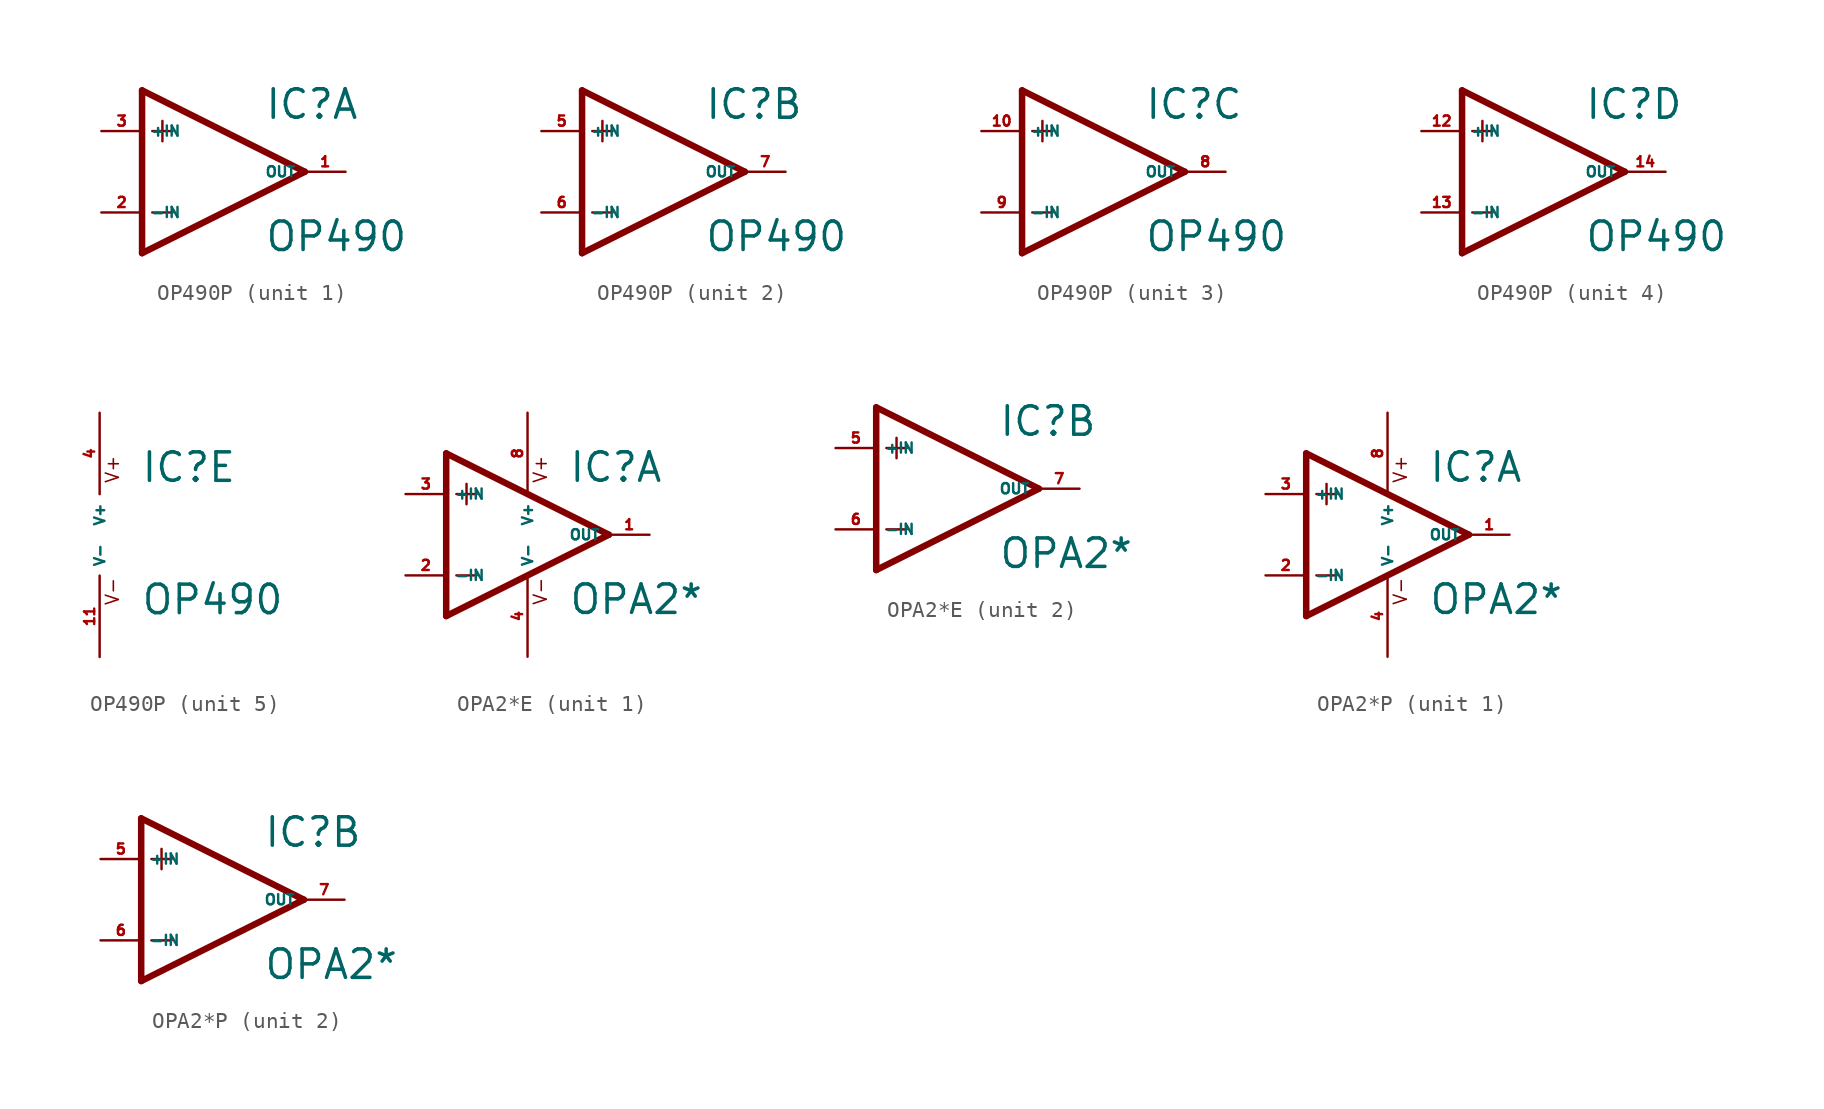
<source format=kicad_sym>
(kicad_symbol_lib
  (version 20220914)
  (generator Eagle2Kicad)
  (symbol "OP490P"
    (property "Reference" "IC"
      (at 2.54 3.175 0)
      (effects (font (size 1.778 1.778) (thickness 0.22)) (justify left bottom)))
    (property "Value" "OP490"
      (at 2.54 -5.08 0)
      (effects (font (size 1.778 1.778) (thickness 0.22)) (justify left bottom)))
    (symbol "OP490P_1_0"
      (polyline (pts (xy -5.08 5.08) (xy -5.08 -5.08)) (stroke (width 0.406) (type default)) (fill (type none)))
      (polyline (pts (xy -5.08 -5.08) (xy 5.08 0)) (stroke (width 0.406) (type default)) (fill (type none)))
      (polyline (pts (xy 5.08 0) (xy -5.08 5.08)) (stroke (width 0.406) (type default)) (fill (type none)))
      (polyline (pts (xy -3.81 3.175) (xy -3.81 1.905)) (stroke (width 0.152) (type default)) (fill (type none)))
      (polyline (pts (xy -4.445 2.54) (xy -3.175 2.54)) (stroke (width 0.152) (type default)) (fill (type none)))
      (polyline (pts (xy -4.445 -2.54) (xy -3.175 -2.54)) (stroke (width 0.152) (type default)) (fill (type none)))
      (pin input line (at -7.62 -2.54 0) (length 2.54) (name "-IN" (effects (font (size 0.635 0.635) (thickness 0.08)) (justify left bottom))) (number "2" (effects (font (size 0.635 0.635) (thickness 0.08)) (justify left bottom))))
      (pin input line (at -7.62 2.54 0) (length 2.54) (name "+IN" (effects (font (size 0.635 0.635) (thickness 0.08)) (justify left bottom))) (number "3" (effects (font (size 0.635 0.635) (thickness 0.08)) (justify left bottom))))
      (pin output line (at 7.62 0 180) (length 2.54) (name "OUT" (effects (font (size 0.635 0.635) (thickness 0.08)) (justify left bottom))) (number "1" (effects (font (size 0.635 0.635) (thickness 0.08)) (justify left bottom)))))
    (symbol "OP490P_2_0"
      (polyline (pts (xy -5.08 5.08) (xy -5.08 -5.08)) (stroke (width 0.406) (type default)) (fill (type none)))
      (polyline (pts (xy -5.08 -5.08) (xy 5.08 0)) (stroke (width 0.406) (type default)) (fill (type none)))
      (polyline (pts (xy 5.08 0) (xy -5.08 5.08)) (stroke (width 0.406) (type default)) (fill (type none)))
      (polyline (pts (xy -3.81 3.175) (xy -3.81 1.905)) (stroke (width 0.152) (type default)) (fill (type none)))
      (polyline (pts (xy -4.445 2.54) (xy -3.175 2.54)) (stroke (width 0.152) (type default)) (fill (type none)))
      (polyline (pts (xy -4.445 -2.54) (xy -3.175 -2.54)) (stroke (width 0.152) (type default)) (fill (type none)))
      (pin input line (at -7.62 -2.54 0) (length 2.54) (name "-IN" (effects (font (size 0.635 0.635) (thickness 0.08)) (justify left bottom))) (number "6" (effects (font (size 0.635 0.635) (thickness 0.08)) (justify left bottom))))
      (pin input line (at -7.62 2.54 0) (length 2.54) (name "+IN" (effects (font (size 0.635 0.635) (thickness 0.08)) (justify left bottom))) (number "5" (effects (font (size 0.635 0.635) (thickness 0.08)) (justify left bottom))))
      (pin output line (at 7.62 0 180) (length 2.54) (name "OUT" (effects (font (size 0.635 0.635) (thickness 0.08)) (justify left bottom))) (number "7" (effects (font (size 0.635 0.635) (thickness 0.08)) (justify left bottom)))))
    (symbol "OP490P_3_0"
      (polyline (pts (xy -5.08 5.08) (xy -5.08 -5.08)) (stroke (width 0.406) (type default)) (fill (type none)))
      (polyline (pts (xy -5.08 -5.08) (xy 5.08 0)) (stroke (width 0.406) (type default)) (fill (type none)))
      (polyline (pts (xy 5.08 0) (xy -5.08 5.08)) (stroke (width 0.406) (type default)) (fill (type none)))
      (polyline (pts (xy -3.81 3.175) (xy -3.81 1.905)) (stroke (width 0.152) (type default)) (fill (type none)))
      (polyline (pts (xy -4.445 2.54) (xy -3.175 2.54)) (stroke (width 0.152) (type default)) (fill (type none)))
      (polyline (pts (xy -4.445 -2.54) (xy -3.175 -2.54)) (stroke (width 0.152) (type default)) (fill (type none)))
      (pin input line (at -7.62 -2.54 0) (length 2.54) (name "-IN" (effects (font (size 0.635 0.635) (thickness 0.08)) (justify left bottom))) (number "9" (effects (font (size 0.635 0.635) (thickness 0.08)) (justify left bottom))))
      (pin input line (at -7.62 2.54 0) (length 2.54) (name "+IN" (effects (font (size 0.635 0.635) (thickness 0.08)) (justify left bottom))) (number "10" (effects (font (size 0.635 0.635) (thickness 0.08)) (justify left bottom))))
      (pin output line (at 7.62 0 180) (length 2.54) (name "OUT" (effects (font (size 0.635 0.635) (thickness 0.08)) (justify left bottom))) (number "8" (effects (font (size 0.635 0.635) (thickness 0.08)) (justify left bottom)))))
    (symbol "OP490P_4_0"
      (polyline (pts (xy -5.08 5.08) (xy -5.08 -5.08)) (stroke (width 0.406) (type default)) (fill (type none)))
      (polyline (pts (xy -5.08 -5.08) (xy 5.08 0)) (stroke (width 0.406) (type default)) (fill (type none)))
      (polyline (pts (xy 5.08 0) (xy -5.08 5.08)) (stroke (width 0.406) (type default)) (fill (type none)))
      (polyline (pts (xy -3.81 3.175) (xy -3.81 1.905)) (stroke (width 0.152) (type default)) (fill (type none)))
      (polyline (pts (xy -4.445 2.54) (xy -3.175 2.54)) (stroke (width 0.152) (type default)) (fill (type none)))
      (polyline (pts (xy -4.445 -2.54) (xy -3.175 -2.54)) (stroke (width 0.152) (type default)) (fill (type none)))
      (pin input line (at -7.62 -2.54 0) (length 2.54) (name "-IN" (effects (font (size 0.635 0.635) (thickness 0.08)) (justify left bottom))) (number "13" (effects (font (size 0.635 0.635) (thickness 0.08)) (justify left bottom))))
      (pin input line (at -7.62 2.54 0) (length 2.54) (name "+IN" (effects (font (size 0.635 0.635) (thickness 0.08)) (justify left bottom))) (number "12" (effects (font (size 0.635 0.635) (thickness 0.08)) (justify left bottom))))
      (pin output line (at 7.62 0 180) (length 2.54) (name "OUT" (effects (font (size 0.635 0.635) (thickness 0.08)) (justify left bottom))) (number "14" (effects (font (size 0.635 0.635) (thickness 0.08)) (justify left bottom)))))
    (symbol "OP490P_5_0"
      (text "V+" (at 1.27 3.175 900) (effects (font (size 0.813 0.813) (thickness 0.10)) (justify left bottom)))
      (text "V-" (at 1.27 -4.445 900) (effects (font (size 0.813 0.813) (thickness 0.10)) (justify left bottom)))
      (pin unspecified line (at 0 7.62 270) (length 5.08) (name "V+" (effects (font (size 0.635 0.635) (thickness 0.08)) (justify left bottom))) (number "4" (effects (font (size 0.635 0.635) (thickness 0.08)) (justify left bottom))))
      (pin unspecified line (at 0 -7.62 90) (length 5.08) (name "V-" (effects (font (size 0.635 0.635) (thickness 0.08)) (justify left bottom))) (number "11" (effects (font (size 0.635 0.635) (thickness 0.08)) (justify left bottom))))))
  (symbol "OPA2*E"
    (property "Reference" "IC"
      (at 2.54 3.175 0)
      (effects (font (size 1.778 1.778) (thickness 0.22)) (justify left bottom)))
    (property "Value" "OPA2*"
      (at 2.54 -5.08 0)
      (effects (font (size 1.778 1.778) (thickness 0.22)) (justify left bottom)))
    (symbol "OPA2*E_1_0"
      (polyline (pts (xy -5.08 5.08) (xy -5.08 -5.08)) (stroke (width 0.406) (type default)) (fill (type none)))
      (polyline (pts (xy -5.08 -5.08) (xy 5.08 0)) (stroke (width 0.406) (type default)) (fill (type none)))
      (polyline (pts (xy 5.08 0) (xy -5.08 5.08)) (stroke (width 0.406) (type default)) (fill (type none)))
      (polyline (pts (xy -3.81 3.175) (xy -3.81 1.905)) (stroke (width 0.152) (type default)) (fill (type none)))
      (polyline (pts (xy -4.445 2.54) (xy -3.175 2.54)) (stroke (width 0.152) (type default)) (fill (type none)))
      (polyline (pts (xy -4.445 -2.54) (xy -3.175 -2.54)) (stroke (width 0.152) (type default)) (fill (type none)))
      (text "V+" (at 1.27 3.175 900) (effects (font (size 0.813 0.813) (thickness 0.10)) (justify left bottom)))
      (text "V-" (at 1.27 -4.445 900) (effects (font (size 0.813 0.813) (thickness 0.10)) (justify left bottom)))
      (pin input line (at -7.62 -2.54 0) (length 2.54) (name "-IN" (effects (font (size 0.635 0.635) (thickness 0.08)) (justify left bottom))) (number "2" (effects (font (size 0.635 0.635) (thickness 0.08)) (justify left bottom))))
      (pin input line (at -7.62 2.54 0) (length 2.54) (name "+IN" (effects (font (size 0.635 0.635) (thickness 0.08)) (justify left bottom))) (number "3" (effects (font (size 0.635 0.635) (thickness 0.08)) (justify left bottom))))
      (pin output line (at 7.62 0 180) (length 2.54) (name "OUT" (effects (font (size 0.635 0.635) (thickness 0.08)) (justify left bottom))) (number "1" (effects (font (size 0.635 0.635) (thickness 0.08)) (justify left bottom))))
      (pin unspecified line (at 0 7.62 270) (length 5.08) (name "V+" (effects (font (size 0.635 0.635) (thickness 0.08)) (justify left bottom))) (number "8" (effects (font (size 0.635 0.635) (thickness 0.08)) (justify left bottom))))
      (pin unspecified line (at 0 -7.62 90) (length 5.08) (name "V-" (effects (font (size 0.635 0.635) (thickness 0.08)) (justify left bottom))) (number "4" (effects (font (size 0.635 0.635) (thickness 0.08)) (justify left bottom)))))
    (symbol "OPA2*E_2_0"
      (polyline (pts (xy -5.08 5.08) (xy -5.08 -5.08)) (stroke (width 0.406) (type default)) (fill (type none)))
      (polyline (pts (xy -5.08 -5.08) (xy 5.08 0)) (stroke (width 0.406) (type default)) (fill (type none)))
      (polyline (pts (xy 5.08 0) (xy -5.08 5.08)) (stroke (width 0.406) (type default)) (fill (type none)))
      (polyline (pts (xy -3.81 3.175) (xy -3.81 1.905)) (stroke (width 0.152) (type default)) (fill (type none)))
      (polyline (pts (xy -4.445 2.54) (xy -3.175 2.54)) (stroke (width 0.152) (type default)) (fill (type none)))
      (polyline (pts (xy -4.445 -2.54) (xy -3.175 -2.54)) (stroke (width 0.152) (type default)) (fill (type none)))
      (pin input line (at -7.62 -2.54 0) (length 2.54) (name "-IN" (effects (font (size 0.635 0.635) (thickness 0.08)) (justify left bottom))) (number "6" (effects (font (size 0.635 0.635) (thickness 0.08)) (justify left bottom))))
      (pin input line (at -7.62 2.54 0) (length 2.54) (name "+IN" (effects (font (size 0.635 0.635) (thickness 0.08)) (justify left bottom))) (number "5" (effects (font (size 0.635 0.635) (thickness 0.08)) (justify left bottom))))
      (pin output line (at 7.62 0 180) (length 2.54) (name "OUT" (effects (font (size 0.635 0.635) (thickness 0.08)) (justify left bottom))) (number "7" (effects (font (size 0.635 0.635) (thickness 0.08)) (justify left bottom))))))
  (symbol "OPA2*P"
    (property "Reference" "IC"
      (at 2.54 3.175 0)
      (effects (font (size 1.778 1.778) (thickness 0.22)) (justify left bottom)))
    (property "Value" "OPA2*"
      (at 2.54 -5.08 0)
      (effects (font (size 1.778 1.778) (thickness 0.22)) (justify left bottom)))
    (symbol "OPA2*P_1_0"
      (polyline (pts (xy -5.08 5.08) (xy -5.08 -5.08)) (stroke (width 0.406) (type default)) (fill (type none)))
      (polyline (pts (xy -5.08 -5.08) (xy 5.08 0)) (stroke (width 0.406) (type default)) (fill (type none)))
      (polyline (pts (xy 5.08 0) (xy -5.08 5.08)) (stroke (width 0.406) (type default)) (fill (type none)))
      (polyline (pts (xy -3.81 3.175) (xy -3.81 1.905)) (stroke (width 0.152) (type default)) (fill (type none)))
      (polyline (pts (xy -4.445 2.54) (xy -3.175 2.54)) (stroke (width 0.152) (type default)) (fill (type none)))
      (polyline (pts (xy -4.445 -2.54) (xy -3.175 -2.54)) (stroke (width 0.152) (type default)) (fill (type none)))
      (text "V+" (at 1.27 3.175 900) (effects (font (size 0.813 0.813) (thickness 0.10)) (justify left bottom)))
      (text "V-" (at 1.27 -4.445 900) (effects (font (size 0.813 0.813) (thickness 0.10)) (justify left bottom)))
      (pin input line (at -7.62 -2.54 0) (length 2.54) (name "-IN" (effects (font (size 0.635 0.635) (thickness 0.08)) (justify left bottom))) (number "2" (effects (font (size 0.635 0.635) (thickness 0.08)) (justify left bottom))))
      (pin input line (at -7.62 2.54 0) (length 2.54) (name "+IN" (effects (font (size 0.635 0.635) (thickness 0.08)) (justify left bottom))) (number "3" (effects (font (size 0.635 0.635) (thickness 0.08)) (justify left bottom))))
      (pin output line (at 7.62 0 180) (length 2.54) (name "OUT" (effects (font (size 0.635 0.635) (thickness 0.08)) (justify left bottom))) (number "1" (effects (font (size 0.635 0.635) (thickness 0.08)) (justify left bottom))))
      (pin unspecified line (at 0 7.62 270) (length 5.08) (name "V+" (effects (font (size 0.635 0.635) (thickness 0.08)) (justify left bottom))) (number "8" (effects (font (size 0.635 0.635) (thickness 0.08)) (justify left bottom))))
      (pin unspecified line (at 0 -7.62 90) (length 5.08) (name "V-" (effects (font (size 0.635 0.635) (thickness 0.08)) (justify left bottom))) (number "4" (effects (font (size 0.635 0.635) (thickness 0.08)) (justify left bottom)))))
    (symbol "OPA2*P_2_0"
      (polyline (pts (xy -5.08 5.08) (xy -5.08 -5.08)) (stroke (width 0.406) (type default)) (fill (type none)))
      (polyline (pts (xy -5.08 -5.08) (xy 5.08 0)) (stroke (width 0.406) (type default)) (fill (type none)))
      (polyline (pts (xy 5.08 0) (xy -5.08 5.08)) (stroke (width 0.406) (type default)) (fill (type none)))
      (polyline (pts (xy -3.81 3.175) (xy -3.81 1.905)) (stroke (width 0.152) (type default)) (fill (type none)))
      (polyline (pts (xy -4.445 2.54) (xy -3.175 2.54)) (stroke (width 0.152) (type default)) (fill (type none)))
      (polyline (pts (xy -4.445 -2.54) (xy -3.175 -2.54)) (stroke (width 0.152) (type default)) (fill (type none)))
      (pin input line (at -7.62 -2.54 0) (length 2.54) (name "-IN" (effects (font (size 0.635 0.635) (thickness 0.08)) (justify left bottom))) (number "6" (effects (font (size 0.635 0.635) (thickness 0.08)) (justify left bottom))))
      (pin input line (at -7.62 2.54 0) (length 2.54) (name "+IN" (effects (font (size 0.635 0.635) (thickness 0.08)) (justify left bottom))) (number "5" (effects (font (size 0.635 0.635) (thickness 0.08)) (justify left bottom))))
      (pin output line (at 7.62 0 180) (length 2.54) (name "OUT" (effects (font (size 0.635 0.635) (thickness 0.08)) (justify left bottom))) (number "7" (effects (font (size 0.635 0.635) (thickness 0.08)) (justify left bottom)))))))
</source>
